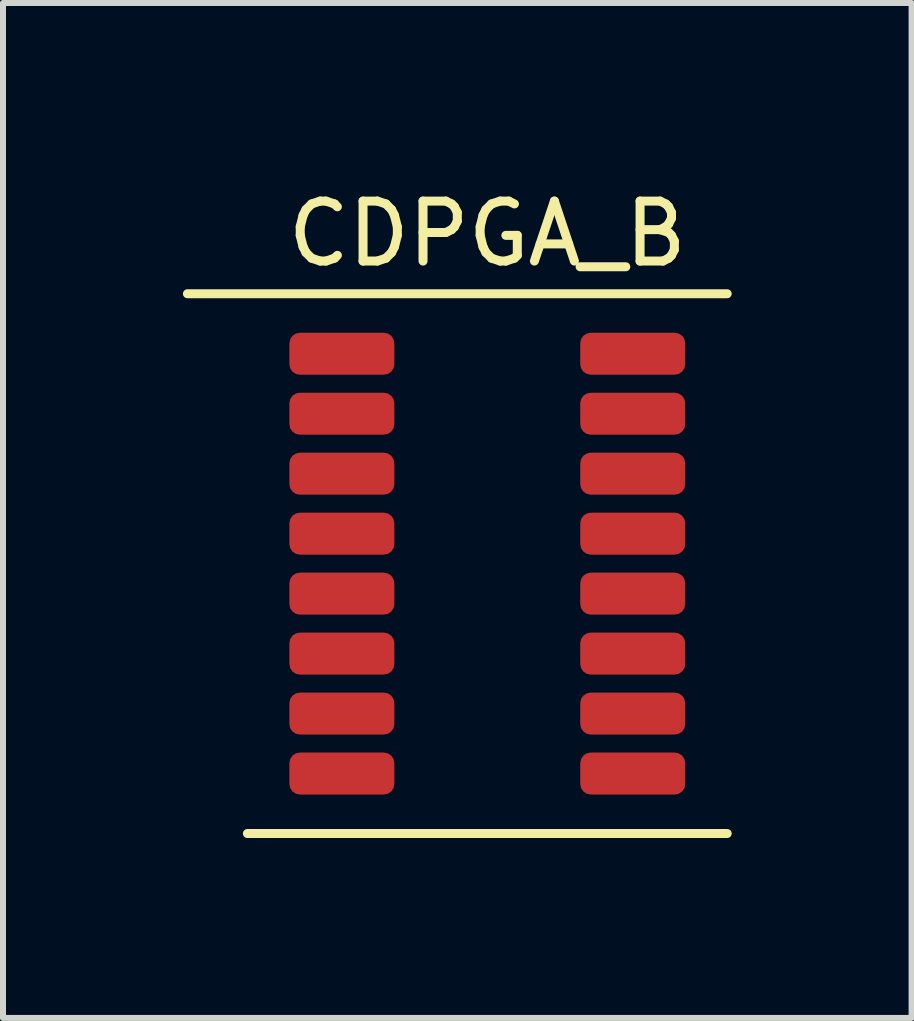
<source format=kicad_pcb>
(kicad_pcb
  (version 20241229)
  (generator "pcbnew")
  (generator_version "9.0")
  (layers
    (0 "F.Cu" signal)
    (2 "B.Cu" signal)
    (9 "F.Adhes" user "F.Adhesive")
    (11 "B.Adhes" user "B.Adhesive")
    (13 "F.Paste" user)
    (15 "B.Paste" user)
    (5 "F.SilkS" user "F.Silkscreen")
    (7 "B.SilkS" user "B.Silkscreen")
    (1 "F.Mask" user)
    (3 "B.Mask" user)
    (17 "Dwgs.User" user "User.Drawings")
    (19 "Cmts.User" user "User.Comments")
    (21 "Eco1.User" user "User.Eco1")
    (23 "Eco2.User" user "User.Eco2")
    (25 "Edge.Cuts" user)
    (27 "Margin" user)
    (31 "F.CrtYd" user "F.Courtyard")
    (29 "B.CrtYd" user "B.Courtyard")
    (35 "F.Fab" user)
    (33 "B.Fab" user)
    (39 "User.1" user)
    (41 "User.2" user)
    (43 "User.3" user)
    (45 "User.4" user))
  (footprint "CDPGA_B"
    (layer "F.Cu")
    (at 5.075 6.348)
    (property "Reference" "CDPGA_B" (at 0 -5.5 0) (layer "F.SilkS") (effects (font (size 1 1) (thickness 0.15))))
    (attr through_hole)
    (fp_line (start -5 -4.5) (end 4 -4.5) (stroke (width 0.15) (type solid)) (layer "F.SilkS"))
    (fp_line (start -4 4.5) (end 4 4.5) (stroke (width 0.15) (type solid)) (layer "F.SilkS"))
    (pad "1" smd roundrect (at -2.425 -3.5) (size 1.75 0.7) (layers "F.Cu" "F.Mask" "F.Paste") (roundrect_rratio 0.25))
    (pad "2" smd roundrect (at -2.425 -2.5) (size 1.75 0.7) (layers "F.Cu" "F.Mask" "F.Paste") (roundrect_rratio 0.25))
    (pad "3" smd roundrect (at -2.425 -1.5) (size 1.75 0.7) (layers "F.Cu" "F.Mask" "F.Paste") (roundrect_rratio 0.25))
    (pad "4" smd roundrect (at -2.425 -0.5) (size 1.75 0.7) (layers "F.Cu" "F.Mask" "F.Paste") (roundrect_rratio 0.25))
    (pad "5" smd roundrect (at -2.425 0.5) (size 1.75 0.7) (layers "F.Cu" "F.Mask" "F.Paste") (roundrect_rratio 0.25))
    (pad "6" smd roundrect (at -2.425 1.5) (size 1.75 0.7) (layers "F.Cu" "F.Mask" "F.Paste") (roundrect_rratio 0.25))
    (pad "7" smd roundrect (at -2.425 2.5) (size 1.75 0.7) (layers "F.Cu" "F.Mask" "F.Paste") (roundrect_rratio 0.25))
    (pad "8" smd roundrect (at -2.425 3.5) (size 1.75 0.7) (layers "F.Cu" "F.Mask" "F.Paste") (roundrect_rratio 0.25))
    (pad "9" smd roundrect (at 2.425 3.5) (size 1.75 0.7) (layers "F.Cu" "F.Mask" "F.Paste") (roundrect_rratio 0.25))
    (pad "10" smd roundrect (at 2.425 2.5) (size 1.75 0.7) (layers "F.Cu" "F.Mask" "F.Paste") (roundrect_rratio 0.25))
    (pad "11" smd roundrect (at 2.425 1.5) (size 1.75 0.7) (layers "F.Cu" "F.Mask" "F.Paste") (roundrect_rratio 0.25))
    (pad "12" smd roundrect (at 2.425 0.5) (size 1.75 0.7) (layers "F.Cu" "F.Mask" "F.Paste") (roundrect_rratio 0.25))
    (pad "13" smd roundrect (at 2.425 -0.5) (size 1.75 0.7) (layers "F.Cu" "F.Mask" "F.Paste") (roundrect_rratio 0.25))
    (pad "14" smd roundrect (at 2.425 -1.5) (size 1.75 0.7) (layers "F.Cu" "F.Mask" "F.Paste") (roundrect_rratio 0.25))
    (pad "15" smd roundrect (at 2.425 -2.5) (size 1.75 0.7) (layers "F.Cu" "F.Mask" "F.Paste") (roundrect_rratio 0.25))
    (pad "16" smd roundrect (at 2.425 -3.5) (size 1.75 0.7) (layers "F.Cu" "F.Mask" "F.Paste") (roundrect_rratio 0.25)))
  (gr_rect
    (start -3 -3)
    (end 12.15 13.923)
    (stroke (width 0.1) (type default))
    (fill no)
    (layer "Edge.Cuts")))
</source>
